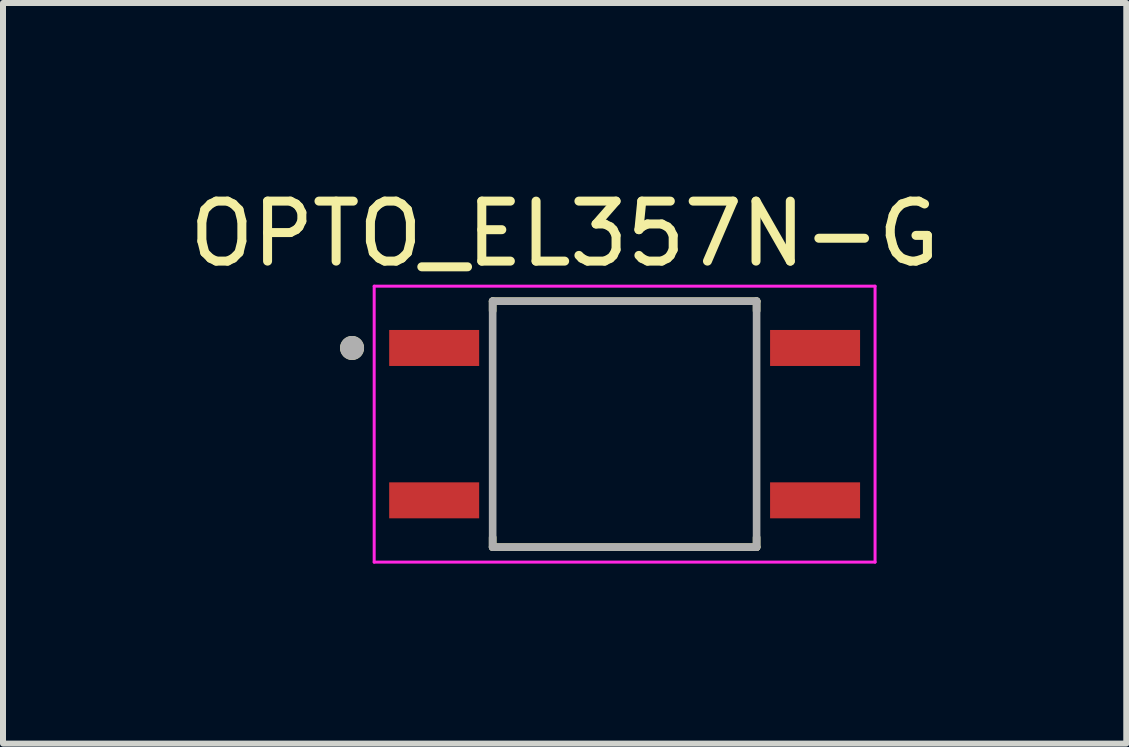
<source format=kicad_pcb>
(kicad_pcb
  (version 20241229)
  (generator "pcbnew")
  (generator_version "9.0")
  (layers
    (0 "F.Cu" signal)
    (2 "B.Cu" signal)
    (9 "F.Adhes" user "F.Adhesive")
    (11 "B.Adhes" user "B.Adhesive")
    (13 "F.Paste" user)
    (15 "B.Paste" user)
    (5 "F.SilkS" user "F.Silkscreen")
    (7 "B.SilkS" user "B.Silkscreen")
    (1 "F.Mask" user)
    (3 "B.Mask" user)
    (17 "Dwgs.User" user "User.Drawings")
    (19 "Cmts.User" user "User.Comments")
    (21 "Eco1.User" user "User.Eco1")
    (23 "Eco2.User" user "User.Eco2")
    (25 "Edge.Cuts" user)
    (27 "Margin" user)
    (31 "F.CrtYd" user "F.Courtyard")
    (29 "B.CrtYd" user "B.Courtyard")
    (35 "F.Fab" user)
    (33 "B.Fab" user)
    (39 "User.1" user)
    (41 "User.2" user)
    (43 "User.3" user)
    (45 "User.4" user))
  (footprint "OPTO_EL357N-G"
    (layer "F.Cu")
    (at 7.363 4.021)
    (property "Reference" "OPTO_EL357N-G" (at -1 -3.173 0) (layer "F.SilkS") (effects (font (size 1 1) (thickness 0.15))))
    (attr smd)
    (fp_line (start -2.2 -2.05) (end 2.2 -2.05) (stroke (width 0.127) (type solid)) (layer "F.SilkS"))
    (fp_line (start -2.2 -1.89) (end -2.2 -2.05) (stroke (width 0.127) (type solid)) (layer "F.SilkS"))
    (fp_line (start -2.2 2.05) (end -2.2 1.89) (stroke (width 0.127) (type solid)) (layer "F.SilkS"))
    (fp_line (start 2.2 -2.05) (end 2.2 -1.89) (stroke (width 0.127) (type solid)) (layer "F.SilkS"))
    (fp_line (start 2.2 2.05) (end -2.2 2.05) (stroke (width 0.127) (type solid)) (layer "F.SilkS"))
    (fp_line (start 2.2 2.05) (end 2.2 1.89) (stroke (width 0.127) (type solid)) (layer "F.SilkS"))
    (fp_circle (center -4.544 -1.27) (end -4.444 -1.27) (stroke (width 0.2) (type solid)) (fill no) (layer "F.SilkS"))
    (fp_line (start -4.175 -2.3) (end -4.175 2.3) (stroke (width 0.05) (type solid)) (layer "F.CrtYd"))
    (fp_line (start -4.175 2.3) (end 4.175 2.3) (stroke (width 0.05) (type solid)) (layer "F.CrtYd"))
    (fp_line (start 4.175 -2.3) (end -4.175 -2.3) (stroke (width 0.05) (type solid)) (layer "F.CrtYd"))
    (fp_line (start 4.175 2.3) (end 4.175 -2.3) (stroke (width 0.05) (type solid)) (layer "F.CrtYd"))
    (fp_line (start -2.2 -2.05) (end 2.2 -2.05) (stroke (width 0.127) (type solid)) (layer "F.Fab"))
    (fp_line (start -2.2 2.05) (end -2.2 -2.05) (stroke (width 0.127) (type solid)) (layer "F.Fab"))
    (fp_line (start 2.2 -2.05) (end 2.2 2.05) (stroke (width 0.127) (type solid)) (layer "F.Fab"))
    (fp_line (start 2.2 2.05) (end -2.2 2.05) (stroke (width 0.127) (type solid)) (layer "F.Fab"))
    (fp_circle (center -4.544 -1.27) (end -4.444 -1.27) (stroke (width 0.2) (type solid)) (fill no) (layer "F.Fab"))
    (pad "1" smd rect (at -3.175 -1.27) (size 1.5 0.6) (layers "F.Cu" "F.Mask" "F.Paste"))
    (pad "2" smd rect (at -3.175 1.27) (size 1.5 0.6) (layers "F.Cu" "F.Mask" "F.Paste"))
    (pad "3" smd rect (at 3.175 1.27) (size 1.5 0.6) (layers "F.Cu" "F.Mask" "F.Paste"))
    (pad "4" smd rect (at 3.175 -1.27) (size 1.5 0.6) (layers "F.Cu" "F.Mask" "F.Paste")))
  (gr_rect
    (start -3 -3)
    (end 15.726 9.346)
    (stroke (width 0.1) (type default))
    (fill no)
    (layer "Edge.Cuts")))
</source>
